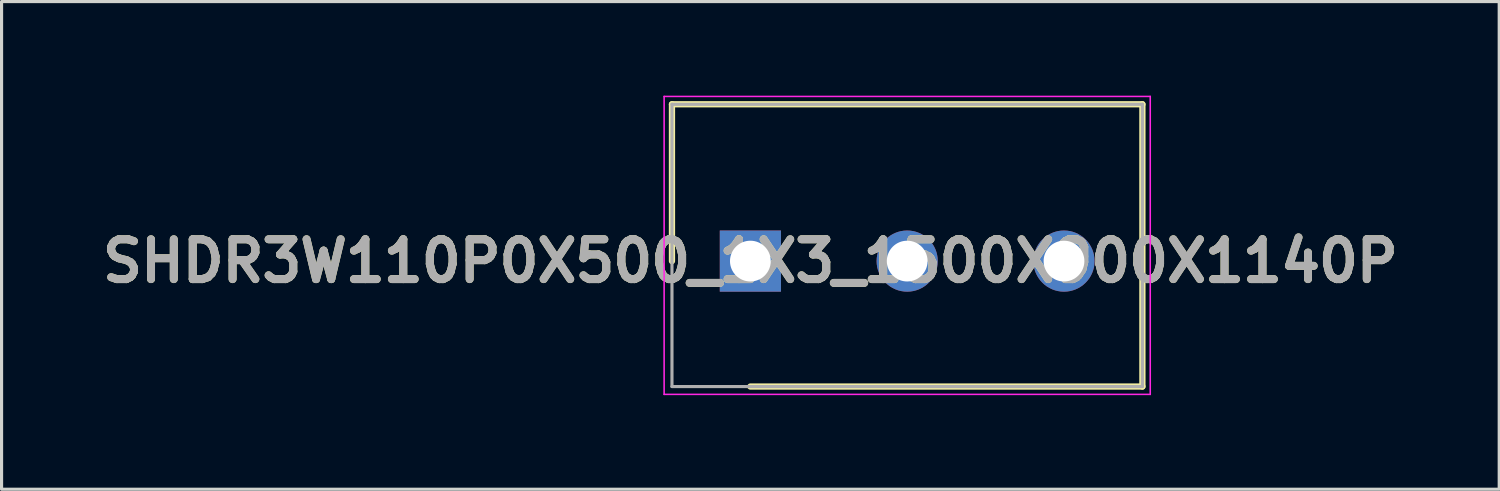
<source format=kicad_pcb>
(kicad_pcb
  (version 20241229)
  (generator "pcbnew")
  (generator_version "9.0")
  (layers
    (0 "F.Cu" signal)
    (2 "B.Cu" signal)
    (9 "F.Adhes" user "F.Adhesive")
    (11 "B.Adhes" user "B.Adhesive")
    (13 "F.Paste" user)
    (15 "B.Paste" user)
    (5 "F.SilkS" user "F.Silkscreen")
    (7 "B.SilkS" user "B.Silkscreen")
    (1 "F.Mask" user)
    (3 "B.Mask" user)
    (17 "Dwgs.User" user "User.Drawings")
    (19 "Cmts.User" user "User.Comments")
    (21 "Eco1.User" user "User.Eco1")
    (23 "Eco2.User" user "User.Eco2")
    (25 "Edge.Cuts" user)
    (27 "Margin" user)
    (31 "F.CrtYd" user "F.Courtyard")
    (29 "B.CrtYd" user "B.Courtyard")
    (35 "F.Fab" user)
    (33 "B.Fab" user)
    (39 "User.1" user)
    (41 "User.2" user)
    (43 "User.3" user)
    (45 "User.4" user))
  (footprint "SHDR3W110P0X500_1X3_1500X900X1140P"
    (layer "F.Cu")
    (at 20.876 5.275)
    (property "Reference" "SHDR3W110P0X500_1X3_1500X900X1140P" (at 0 0 0) (layer "F.SilkS") (effects (font (size 1.27 1.27) (thickness 0.254))))
    (attr through_hole)
    (fp_line (start -2.5 -5) (end -2.5 0) (stroke (width 0.2) (type solid)) (layer "F.SilkS"))
    (fp_line (start 0 4) (end 12.5 4) (stroke (width 0.2) (type solid)) (layer "F.SilkS"))
    (fp_line (start 12.5 -5) (end -2.5 -5) (stroke (width 0.2) (type solid)) (layer "F.SilkS"))
    (fp_line (start 12.5 4) (end 12.5 -5) (stroke (width 0.2) (type solid)) (layer "F.SilkS"))
    (fp_line (start -2.75 -5.25) (end 12.75 -5.25) (stroke (width 0.05) (type solid)) (layer "F.CrtYd"))
    (fp_line (start -2.75 4.25) (end -2.75 -5.25) (stroke (width 0.05) (type solid)) (layer "F.CrtYd"))
    (fp_line (start 12.75 -5.25) (end 12.75 4.25) (stroke (width 0.05) (type solid)) (layer "F.CrtYd"))
    (fp_line (start 12.75 4.25) (end -2.75 4.25) (stroke (width 0.05) (type solid)) (layer "F.CrtYd"))
    (fp_line (start -2.5 -5) (end 12.5 -5) (stroke (width 0.1) (type solid)) (layer "F.Fab"))
    (fp_line (start -2.5 4) (end -2.5 -5) (stroke (width 0.1) (type solid)) (layer "F.Fab"))
    (fp_line (start 12.5 -5) (end 12.5 4) (stroke (width 0.1) (type solid)) (layer "F.Fab"))
    (fp_line (start 12.5 4) (end -2.5 4) (stroke (width 0.1) (type solid)) (layer "F.Fab"))
    (fp_text user "${REFERENCE}" (at 0 0 0) (layer "F.Fab") (effects (font (size 1.27 1.27) (thickness 0.254))))
    (pad "1" thru_hole rect (at 0 0) (size 1.95 1.95) (drill 1.3) (layers "*.Cu" "*.Mask"))
    (pad "2" thru_hole circle (at 5 0) (size 1.95 1.95) (drill 1.3) (layers "*.Cu" "*.Mask"))
    (pad "3" thru_hole circle (at 10 0) (size 1.95 1.95) (drill 1.3) (layers "*.Cu" "*.Mask")))
  (gr_rect
    (start -3 -3)
    (end 44.753 12.55)
    (stroke (width 0.1) (type default))
    (fill no)
    (layer "Edge.Cuts")))
</source>
